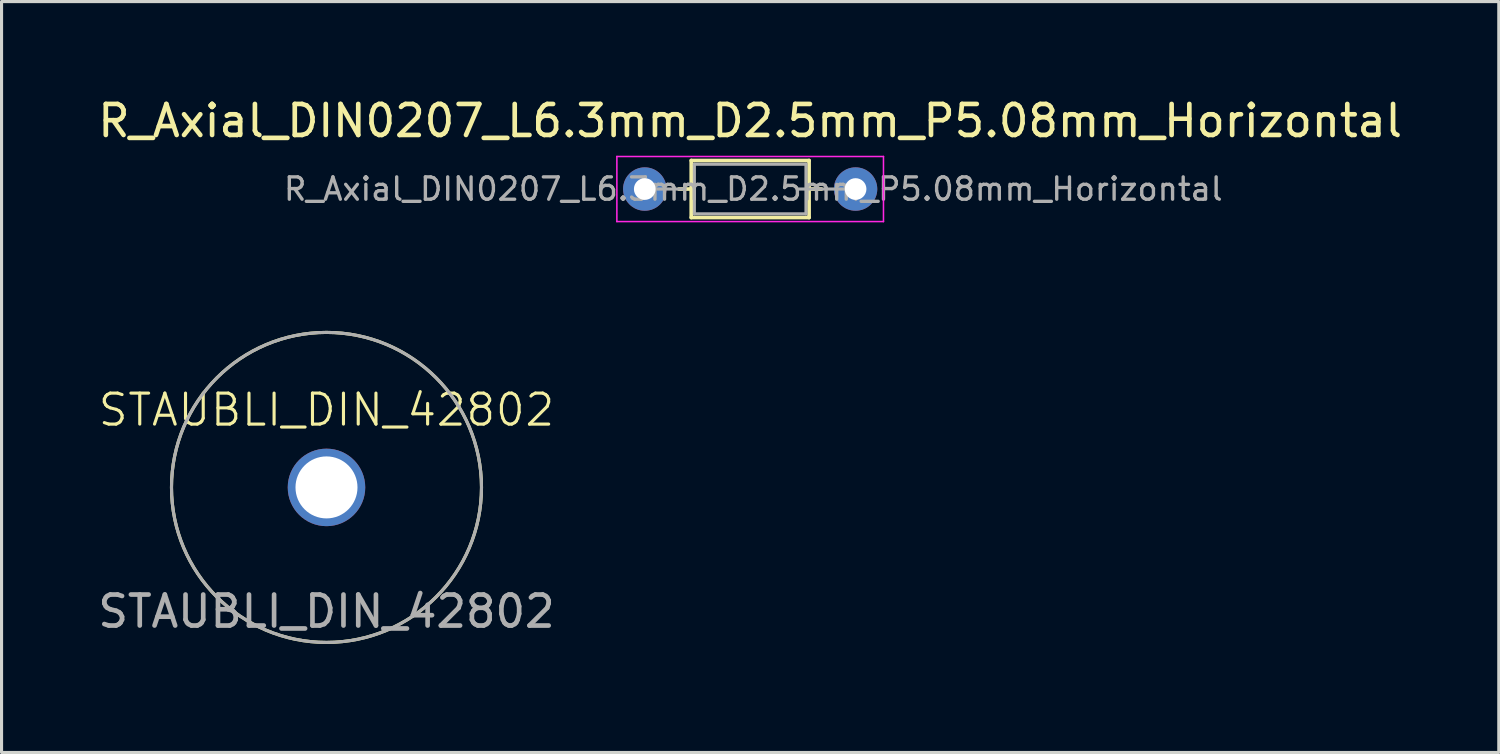
<source format=kicad_pcb>
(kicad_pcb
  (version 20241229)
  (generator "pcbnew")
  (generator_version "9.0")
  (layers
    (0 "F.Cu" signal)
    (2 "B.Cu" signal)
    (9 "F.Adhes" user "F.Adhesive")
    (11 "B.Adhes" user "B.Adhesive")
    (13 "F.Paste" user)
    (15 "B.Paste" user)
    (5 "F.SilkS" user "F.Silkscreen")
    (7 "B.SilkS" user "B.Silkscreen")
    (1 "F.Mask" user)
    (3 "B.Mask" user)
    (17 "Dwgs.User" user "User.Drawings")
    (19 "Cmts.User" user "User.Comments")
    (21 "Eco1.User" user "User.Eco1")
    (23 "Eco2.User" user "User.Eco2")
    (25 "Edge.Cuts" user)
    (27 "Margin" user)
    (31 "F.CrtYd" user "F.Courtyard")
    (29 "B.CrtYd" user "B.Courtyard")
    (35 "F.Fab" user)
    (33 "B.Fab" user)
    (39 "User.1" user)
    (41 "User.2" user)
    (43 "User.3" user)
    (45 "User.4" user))
  (footprint "STAUBLI_DIN_42802"
    (layer "F.Cu")
    (at 7.482 12.673)
    (property "Reference" "STAUBLI_DIN_42802" (at 0 -2.5 0) (unlocked yes) (layer "F.SilkS") (effects (font (size 1 1) (thickness 0.1))))
    (attr through_hole)
    (fp_circle (center 0 0) (end 5 0) (stroke (width 0.1) (type default)) (fill no) (layer "F.SilkS"))
    (fp_rect (start -5.5 -5.5) (end 5.5 5.5) (stroke (width 0.1) (type default)) (fill no) (layer "Margin"))
    (fp_circle (center 0 0) (end 5 0) (stroke (width 0.1) (type default)) (fill no) (layer "F.Fab"))
    (fp_text user "${REFERENCE}" (at 0 4 0) (unlocked yes) (layer "F.Fab") (effects (font (size 1 1) (thickness 0.15))))
    (pad "1" thru_hole circle (at 0 0) (size 2.5 2.5) (drill 2) (layers "*.Cu" "*.Mask")))
  (footprint "R_Axial_DIN0207_L6.3mm_D2.5mm_P5.08mm_Horizontal"
    (layer "F.Cu")
    (at 17.749 3.048)
    (property "Reference" "R_Axial_DIN0207_L6.3mm_D2.5mm_P5.08mm_Horizontal" (at 3.4 -2.2 0) (layer "F.SilkS") (effects (font (size 1 1) (thickness 0.15))))
    (attr through_hole)
    (fp_line (start 1.1 0) (end 1.5 0) (stroke (width 0.12) (type solid)) (layer "F.SilkS"))
    (fp_line (start 1.5 -0.92) (end 1.5 0.92) (stroke (width 0.12) (type solid)) (layer "F.SilkS"))
    (fp_line (start 1.5 0.92) (end 5.3 0.92) (stroke (width 0.12) (type solid)) (layer "F.SilkS"))
    (fp_line (start 5.3 -0.92) (end 1.5 -0.92) (stroke (width 0.12) (type solid)) (layer "F.SilkS"))
    (fp_line (start 5.3 0) (end 5.7 0) (stroke (width 0.12) (type solid)) (layer "F.SilkS"))
    (fp_line (start 5.3 0.92) (end 5.3 -0.92) (stroke (width 0.12) (type solid)) (layer "F.SilkS"))
    (fp_line (start -0.9 -1.05) (end -0.9 1.05) (stroke (width 0.05) (type solid)) (layer "F.CrtYd"))
    (fp_line (start -0.9 1.05) (end 7.7 1.05) (stroke (width 0.05) (type solid)) (layer "F.CrtYd"))
    (fp_line (start 7.7 -1.05) (end -0.9 -1.05) (stroke (width 0.05) (type solid)) (layer "F.CrtYd"))
    (fp_line (start 7.7 1.05) (end 7.7 -1.05) (stroke (width 0.05) (type solid)) (layer "F.CrtYd"))
    (fp_line (start 0.05 0) (end 1.3 0) (stroke (width 0.1) (type solid)) (layer "F.Fab"))
    (fp_line (start 1.6 -0.8) (end 1.6 0.8) (stroke (width 0.1) (type solid)) (layer "F.Fab"))
    (fp_line (start 1.6 0.8) (end 5.2 0.8) (stroke (width 0.1) (type solid)) (layer "F.Fab"))
    (fp_line (start 4.93 0) (end 6.8 0) (stroke (width 0.1) (type solid)) (layer "F.Fab"))
    (fp_line (start 5.2 -0.8) (end 1.6 -0.8) (stroke (width 0.1) (type solid)) (layer "F.Fab"))
    (fp_line (start 5.2 0.8) (end 5.2 -0.8) (stroke (width 0.1) (type solid)) (layer "F.Fab"))
    (fp_text user "${REFERENCE}" (at 3.5 0 0) (layer "F.Fab") (effects (font (size 0.72 0.72) (thickness 0.108))))
    (pad "1" thru_hole circle (at 0 0) (size 1.4 1.4) (drill 0.7) (layers "*.Cu" "*.Mask"))
    (pad "2" thru_hole oval (at 6.8 0) (size 1.4 1.4) (drill 0.7) (layers "*.Cu" "*.Mask")))
  (gr_rect
    (start -3 -3)
    (end 45.298 21.223)
    (stroke (width 0.1) (type default))
    (fill no)
    (layer "Edge.Cuts")))
</source>
